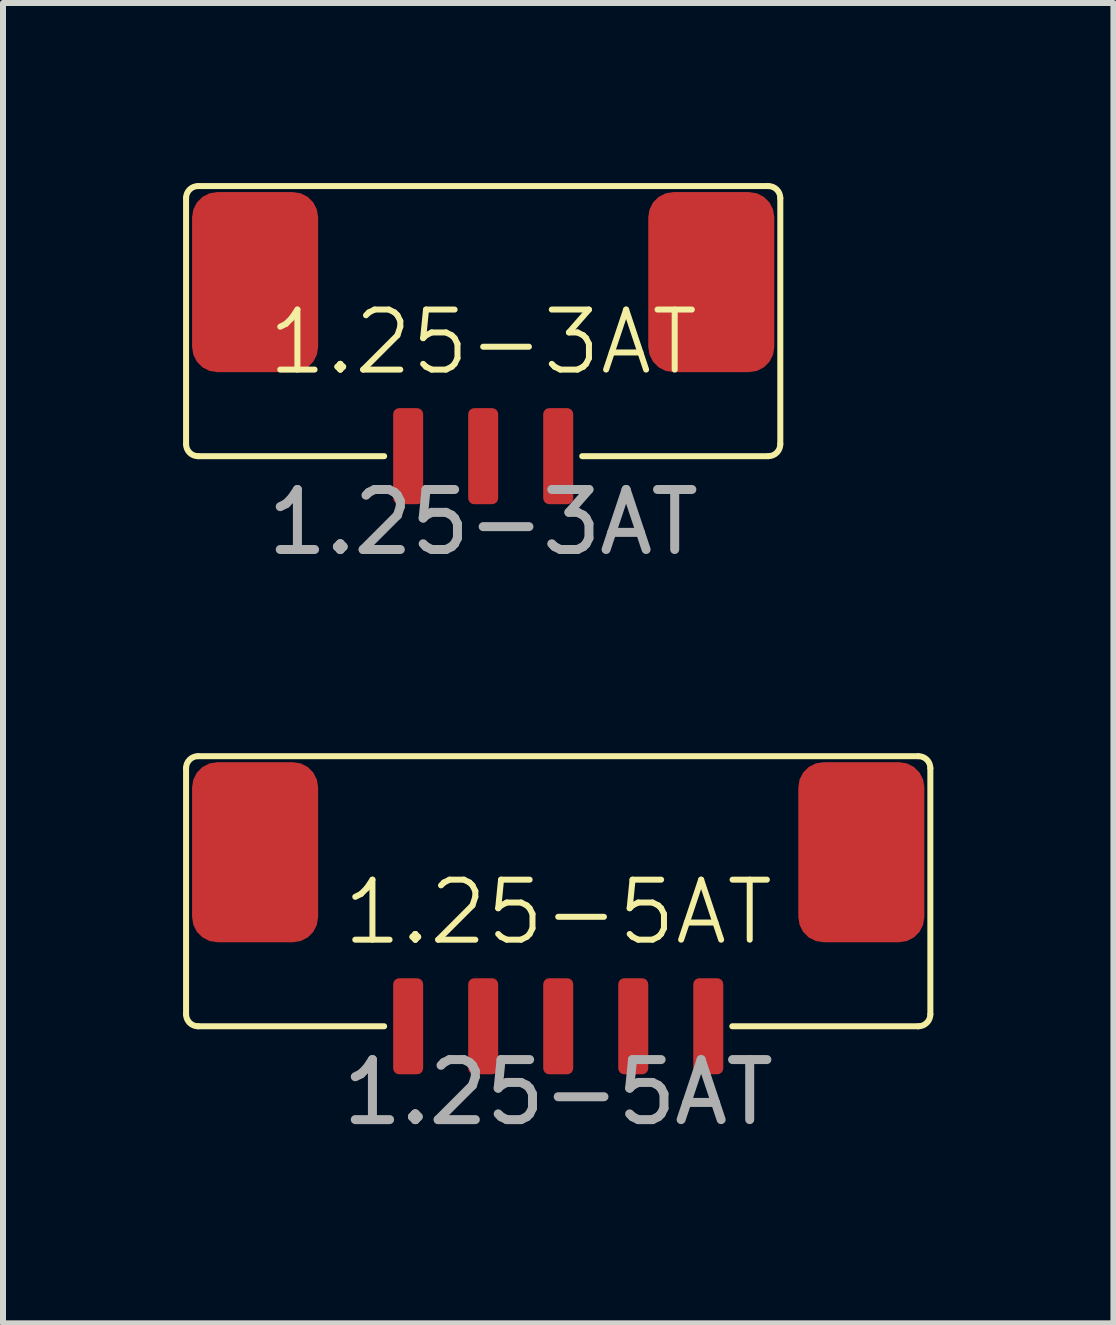
<source format=kicad_pcb>
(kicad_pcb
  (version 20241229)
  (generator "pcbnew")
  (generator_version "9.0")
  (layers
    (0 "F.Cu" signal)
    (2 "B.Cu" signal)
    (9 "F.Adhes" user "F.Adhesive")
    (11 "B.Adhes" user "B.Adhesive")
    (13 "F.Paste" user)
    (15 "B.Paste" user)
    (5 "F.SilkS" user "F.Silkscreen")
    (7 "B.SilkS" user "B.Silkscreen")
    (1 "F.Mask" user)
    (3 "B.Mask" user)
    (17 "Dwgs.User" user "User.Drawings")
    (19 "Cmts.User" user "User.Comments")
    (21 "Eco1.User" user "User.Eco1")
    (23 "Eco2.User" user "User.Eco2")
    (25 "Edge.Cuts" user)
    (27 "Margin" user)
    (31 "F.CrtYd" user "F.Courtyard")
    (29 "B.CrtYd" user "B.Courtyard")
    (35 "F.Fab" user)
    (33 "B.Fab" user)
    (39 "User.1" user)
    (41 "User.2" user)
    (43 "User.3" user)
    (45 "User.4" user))
  (footprint "1.25-3AT"
    (layer "F.Cu")
    (at 5 3.15)
    (property "Reference" "1.25-3AT" (at 0 -0.5 0) (unlocked yes) (layer "F.SilkS") (effects (font (size 1 1) (thickness 0.1))))
    (attr smd)
    (fp_line (start -4.95 -2.9) (end -4.95 1.2) (stroke (width 0.1) (type default)) (layer "F.SilkS"))
    (fp_line (start -4.75 -3.1) (end 4.75 -3.1) (stroke (width 0.1) (type default)) (layer "F.SilkS"))
    (fp_line (start -4.75 1.4) (end -1.65 1.4) (stroke (width 0.1) (type default)) (layer "F.SilkS"))
    (fp_line (start 1.65 1.4) (end 4.75 1.4) (stroke (width 0.1) (type default)) (layer "F.SilkS"))
    (fp_line (start 4.95 -2.9) (end 4.95 1.2) (stroke (width 0.1) (type default)) (layer "F.SilkS"))
    (fp_arc (start -4.95 -2.9) (mid -4.891423 -3.041423) (end -4.75 -3.1) (stroke (width 0.1) (type default)) (layer "F.SilkS"))
    (fp_arc (start -4.75 1.4) (mid -4.891423 1.341423) (end -4.95 1.2) (stroke (width 0.1) (type default)) (layer "F.SilkS"))
    (fp_arc (start 4.75 -3.1) (mid 4.891421 -3.041421) (end 4.95 -2.9) (stroke (width 0.1) (type default)) (layer "F.SilkS"))
    (fp_arc (start 4.95 1.2) (mid 4.891421 1.341421) (end 4.75 1.4) (stroke (width 0.1) (type default)) (layer "F.SilkS"))
    (fp_text user "${REFERENCE}" (at 0 2.5 0) (unlocked yes) (layer "F.Fab") (effects (font (size 1 1) (thickness 0.15))))
    (pad "1" smd roundrect (at -1.25 1.4) (size 0.5 1.6) (layers "F.Cu" "F.Mask" "F.Paste") (roundrect_rratio 0.2))
    (pad "2" smd roundrect (at 0 1.4) (size 0.5 1.6) (layers "F.Cu" "F.Mask" "F.Paste") (roundrect_rratio 0.2))
    (pad "3" smd roundrect (at 1.25 1.4) (size 0.5 1.6) (layers "F.Cu" "F.Mask" "F.Paste") (roundrect_rratio 0.2))
    (pad "MP" smd roundrect (at -3.8 -1.5) (size 2.1 3) (layers "F.Cu" "F.Mask" "F.Paste") (roundrect_rratio 0.2))
    (pad "MP" smd roundrect (at 3.8 -1.5) (size 2.1 3) (layers "F.Cu" "F.Mask" "F.Paste") (roundrect_rratio 0.2)))
  (footprint "1.25-5AT"
    (layer "F.Cu")
    (at 6.25 12.648)
    (property "Reference" "1.25-5AT" (at 0 -0.5 0) (unlocked yes) (layer "F.SilkS") (effects (font (size 1 1) (thickness 0.1))))
    (attr smd)
    (fp_line (start -6.2 -2.9) (end -6.2 1.2) (stroke (width 0.1) (type default)) (layer "F.SilkS"))
    (fp_line (start -6 -3.1) (end 6 -3.1) (stroke (width 0.1) (type default)) (layer "F.SilkS"))
    (fp_line (start -6 1.4) (end -2.9 1.4) (stroke (width 0.1) (type default)) (layer "F.SilkS"))
    (fp_line (start 2.9 1.4) (end 6 1.4) (stroke (width 0.1) (type default)) (layer "F.SilkS"))
    (fp_line (start 6.2 -2.9) (end 6.2 1.2) (stroke (width 0.1) (type default)) (layer "F.SilkS"))
    (fp_arc (start -6.2 -2.9) (mid -6.141423 -3.041423) (end -6 -3.1) (stroke (width 0.1) (type default)) (layer "F.SilkS"))
    (fp_arc (start -6 1.4) (mid -6.141423 1.341423) (end -6.2 1.2) (stroke (width 0.1) (type default)) (layer "F.SilkS"))
    (fp_arc (start 6 -3.1) (mid 6.141423 -3.041423) (end 6.2 -2.9) (stroke (width 0.1) (type default)) (layer "F.SilkS"))
    (fp_arc (start 6.2 1.2) (mid 6.141423 1.341423) (end 6 1.4) (stroke (width 0.1) (type default)) (layer "F.SilkS"))
    (fp_text user "${REFERENCE}" (at 0 2.5 0) (unlocked yes) (layer "F.Fab") (effects (font (size 1 1) (thickness 0.15))))
    (pad "1" smd roundrect (at -2.5 1.4) (size 0.5 1.6) (layers "F.Cu" "F.Mask" "F.Paste") (roundrect_rratio 0.2))
    (pad "2" smd roundrect (at -1.25 1.4) (size 0.5 1.6) (layers "F.Cu" "F.Mask" "F.Paste") (roundrect_rratio 0.2))
    (pad "3" smd roundrect (at 0 1.4) (size 0.5 1.6) (layers "F.Cu" "F.Mask" "F.Paste") (roundrect_rratio 0.2))
    (pad "4" smd roundrect (at 1.25 1.4) (size 0.5 1.6) (layers "F.Cu" "F.Mask" "F.Paste") (roundrect_rratio 0.2))
    (pad "5" smd roundrect (at 2.5 1.4) (size 0.5 1.6) (layers "F.Cu" "F.Mask" "F.Paste") (roundrect_rratio 0.2))
    (pad "MP" smd roundrect (at -5.05 -1.5) (size 2.1 3) (layers "F.Cu" "F.Mask" "F.Paste") (roundrect_rratio 0.2))
    (pad "MP" smd roundrect (at 5.05 -1.5) (size 2.1 3) (layers "F.Cu" "F.Mask" "F.Paste") (roundrect_rratio 0.2)))
  (gr_rect
    (start -3 -3)
    (end 15.5 18.997)
    (stroke (width 0.1) (type default))
    (fill no)
    (layer "Edge.Cuts")))
</source>
